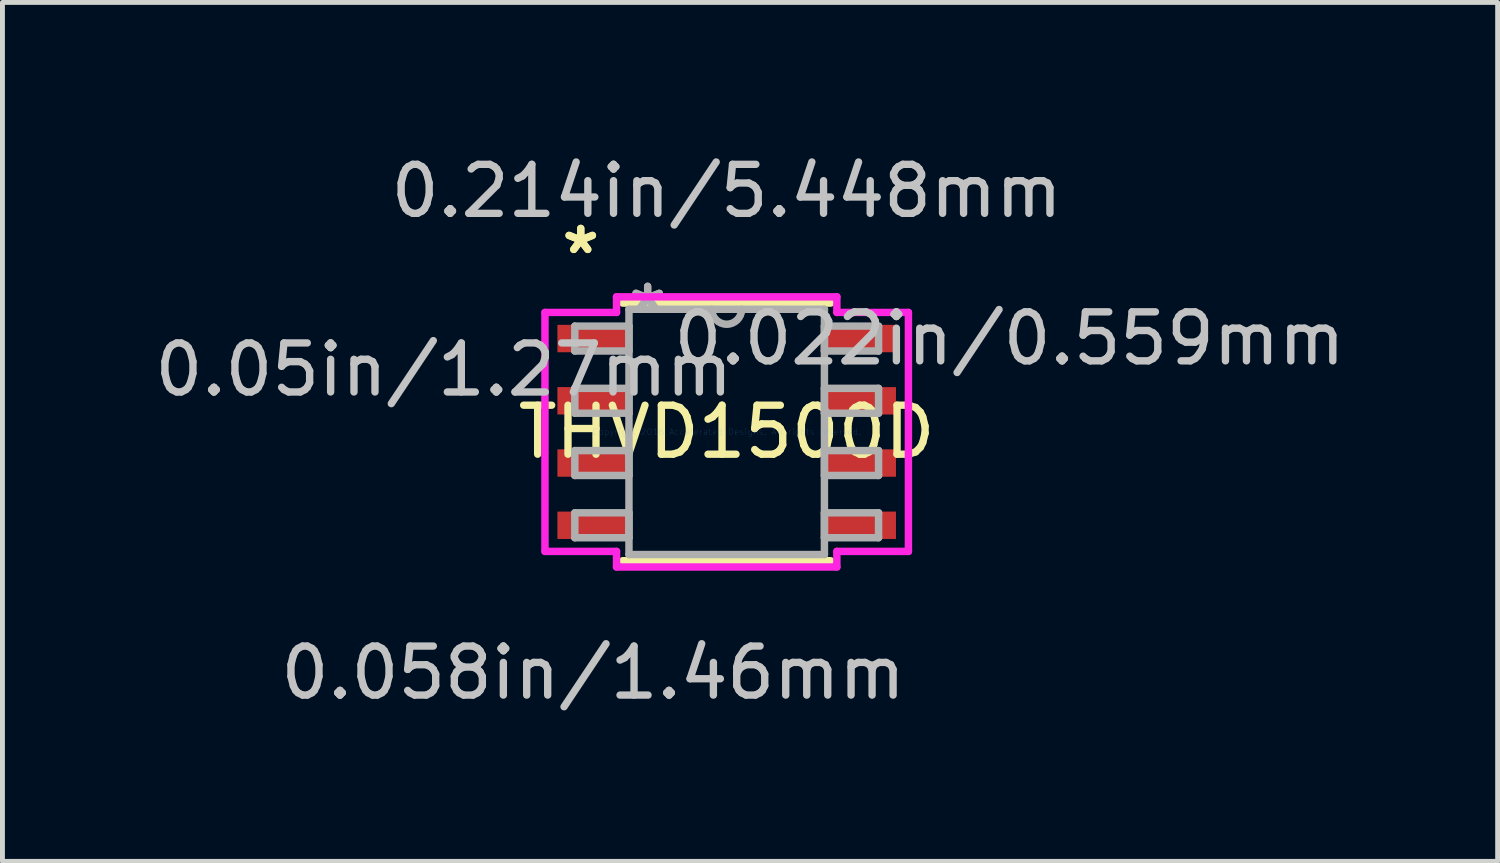
<source format=kicad_pcb>
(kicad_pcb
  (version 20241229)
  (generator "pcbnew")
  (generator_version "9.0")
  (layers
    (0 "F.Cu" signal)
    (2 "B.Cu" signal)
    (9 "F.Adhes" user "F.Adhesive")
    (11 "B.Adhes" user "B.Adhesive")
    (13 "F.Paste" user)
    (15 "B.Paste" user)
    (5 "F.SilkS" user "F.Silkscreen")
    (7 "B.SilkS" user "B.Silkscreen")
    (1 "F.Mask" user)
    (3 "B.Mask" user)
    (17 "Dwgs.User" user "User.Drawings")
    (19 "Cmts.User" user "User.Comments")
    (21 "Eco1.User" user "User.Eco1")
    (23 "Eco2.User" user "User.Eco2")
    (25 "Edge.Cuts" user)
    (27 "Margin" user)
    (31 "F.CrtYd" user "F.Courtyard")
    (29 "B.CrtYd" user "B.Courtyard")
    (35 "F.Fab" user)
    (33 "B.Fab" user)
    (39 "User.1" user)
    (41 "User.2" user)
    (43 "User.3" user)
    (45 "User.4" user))
  (footprint "THVD1500D"
    (layer "F.Cu")
    (at 11.778 5.763)
    (property "Reference" "THVD1500D" (at 0 0 0) (layer "F.SilkS") (effects (font (size 1 1) (thickness 0.15))))
    (attr through_hole)
    (fp_line (start -2.121 2.629) (end 2.121 2.629) (stroke (width 0.152) (type solid)) (layer "F.SilkS"))
    (fp_line (start 2.121 -2.629) (end -2.121 -2.629) (stroke (width 0.152) (type solid)) (layer "F.SilkS"))
    (fp_line (start -3.708 -2.438) (end -2.248 -2.438) (stroke (width 0.152) (type solid)) (layer "F.CrtYd"))
    (fp_line (start -3.708 2.438) (end -3.708 -2.438) (stroke (width 0.152) (type solid)) (layer "F.CrtYd"))
    (fp_line (start -2.248 -2.756) (end 2.248 -2.756) (stroke (width 0.152) (type solid)) (layer "F.CrtYd"))
    (fp_line (start -2.248 -2.438) (end -2.248 -2.756) (stroke (width 0.152) (type solid)) (layer "F.CrtYd"))
    (fp_line (start -2.248 2.438) (end -3.708 2.438) (stroke (width 0.152) (type solid)) (layer "F.CrtYd"))
    (fp_line (start -2.248 2.756) (end -2.248 2.438) (stroke (width 0.152) (type solid)) (layer "F.CrtYd"))
    (fp_line (start 2.248 -2.756) (end 2.248 -2.438) (stroke (width 0.152) (type solid)) (layer "F.CrtYd"))
    (fp_line (start 2.248 -2.438) (end 3.708 -2.438) (stroke (width 0.152) (type solid)) (layer "F.CrtYd"))
    (fp_line (start 2.248 2.438) (end 2.248 2.756) (stroke (width 0.152) (type solid)) (layer "F.CrtYd"))
    (fp_line (start 2.248 2.756) (end -2.248 2.756) (stroke (width 0.152) (type solid)) (layer "F.CrtYd"))
    (fp_line (start 3.708 -2.438) (end 3.708 2.438) (stroke (width 0.152) (type solid)) (layer "F.CrtYd"))
    (fp_line (start 3.708 2.438) (end 2.248 2.438) (stroke (width 0.152) (type solid)) (layer "F.CrtYd"))
    (fp_line (start -3.099 -2.159) (end -3.099 -1.651) (stroke (width 0.152) (type solid)) (layer "F.Fab"))
    (fp_line (start -3.099 -1.651) (end -1.994 -1.651) (stroke (width 0.152) (type solid)) (layer "F.Fab"))
    (fp_line (start -3.099 -0.889) (end -3.099 -0.381) (stroke (width 0.152) (type solid)) (layer "F.Fab"))
    (fp_line (start -3.099 -0.381) (end -1.994 -0.381) (stroke (width 0.152) (type solid)) (layer "F.Fab"))
    (fp_line (start -3.099 0.381) (end -3.099 0.889) (stroke (width 0.152) (type solid)) (layer "F.Fab"))
    (fp_line (start -3.099 0.889) (end -1.994 0.889) (stroke (width 0.152) (type solid)) (layer "F.Fab"))
    (fp_line (start -3.099 1.651) (end -3.099 2.159) (stroke (width 0.152) (type solid)) (layer "F.Fab"))
    (fp_line (start -3.099 2.159) (end -1.994 2.159) (stroke (width 0.152) (type solid)) (layer "F.Fab"))
    (fp_line (start -1.994 -2.502) (end -1.994 2.502) (stroke (width 0.152) (type solid)) (layer "F.Fab"))
    (fp_line (start -1.994 -2.159) (end -3.099 -2.159) (stroke (width 0.152) (type solid)) (layer "F.Fab"))
    (fp_line (start -1.994 -1.651) (end -1.994 -2.159) (stroke (width 0.152) (type solid)) (layer "F.Fab"))
    (fp_line (start -1.994 -0.889) (end -3.099 -0.889) (stroke (width 0.152) (type solid)) (layer "F.Fab"))
    (fp_line (start -1.994 -0.381) (end -1.994 -0.889) (stroke (width 0.152) (type solid)) (layer "F.Fab"))
    (fp_line (start -1.994 0.381) (end -3.099 0.381) (stroke (width 0.152) (type solid)) (layer "F.Fab"))
    (fp_line (start -1.994 0.889) (end -1.994 0.381) (stroke (width 0.152) (type solid)) (layer "F.Fab"))
    (fp_line (start -1.994 1.651) (end -3.099 1.651) (stroke (width 0.152) (type solid)) (layer "F.Fab"))
    (fp_line (start -1.994 2.159) (end -1.994 1.651) (stroke (width 0.152) (type solid)) (layer "F.Fab"))
    (fp_line (start -1.994 2.502) (end 1.994 2.502) (stroke (width 0.152) (type solid)) (layer "F.Fab"))
    (fp_line (start 1.994 -2.502) (end -1.994 -2.502) (stroke (width 0.152) (type solid)) (layer "F.Fab"))
    (fp_line (start 1.994 -2.159) (end 1.994 -1.651) (stroke (width 0.152) (type solid)) (layer "F.Fab"))
    (fp_line (start 1.994 -1.651) (end 3.099 -1.651) (stroke (width 0.152) (type solid)) (layer "F.Fab"))
    (fp_line (start 1.994 -0.889) (end 1.994 -0.381) (stroke (width 0.152) (type solid)) (layer "F.Fab"))
    (fp_line (start 1.994 -0.381) (end 3.099 -0.381) (stroke (width 0.152) (type solid)) (layer "F.Fab"))
    (fp_line (start 1.994 0.381) (end 1.994 0.889) (stroke (width 0.152) (type solid)) (layer "F.Fab"))
    (fp_line (start 1.994 0.889) (end 3.099 0.889) (stroke (width 0.152) (type solid)) (layer "F.Fab"))
    (fp_line (start 1.994 1.651) (end 1.994 2.159) (stroke (width 0.152) (type solid)) (layer "F.Fab"))
    (fp_line (start 1.994 2.159) (end 3.099 2.159) (stroke (width 0.152) (type solid)) (layer "F.Fab"))
    (fp_line (start 1.994 2.502) (end 1.994 -2.502) (stroke (width 0.152) (type solid)) (layer "F.Fab"))
    (fp_line (start 3.099 -2.159) (end 1.994 -2.159) (stroke (width 0.152) (type solid)) (layer "F.Fab"))
    (fp_line (start 3.099 -1.651) (end 3.099 -2.159) (stroke (width 0.152) (type solid)) (layer "F.Fab"))
    (fp_line (start 3.099 -0.889) (end 1.994 -0.889) (stroke (width 0.152) (type solid)) (layer "F.Fab"))
    (fp_line (start 3.099 -0.381) (end 3.099 -0.889) (stroke (width 0.152) (type solid)) (layer "F.Fab"))
    (fp_line (start 3.099 0.381) (end 1.994 0.381) (stroke (width 0.152) (type solid)) (layer "F.Fab"))
    (fp_line (start 3.099 0.889) (end 3.099 0.381) (stroke (width 0.152) (type solid)) (layer "F.Fab"))
    (fp_line (start 3.099 1.651) (end 1.994 1.651) (stroke (width 0.152) (type solid)) (layer "F.Fab"))
    (fp_line (start 3.099 2.159) (end 3.099 1.651) (stroke (width 0.152) (type solid)) (layer "F.Fab"))
    (fp_arc (start 0.3048 -2.5019) (mid 0 -2.1971) (end -0.3048 -2.5019) (stroke (width 0.1524) (type solid)) (layer "F.Fab"))
    (fp_text user "*" (at -2.978 -3.607 0) (layer "F.SilkS") (effects (font (size 1 1) (thickness 0.15))))
    (fp_text user "*" (at -2.978 -3.607 0) (layer "F.SilkS") (effects (font (size 1 1) (thickness 0.15))))
    (fp_text user "0.058in/1.46mm" (at -2.724 4.915 0) (layer "Dwgs.User") (effects (font (size 1 1) (thickness 0.15))))
    (fp_text user "0.214in/5.448mm" (at 0 -4.915 0) (layer "Dwgs.User") (effects (font (size 1 1) (thickness 0.15))))
    (fp_text user "0.022in/0.559mm" (at 5.772 -1.905 0) (layer "Dwgs.User") (effects (font (size 1 1) (thickness 0.15))))
    (fp_text user "0.05in/1.27mm" (at -5.772 -1.27 0) (layer "Dwgs.User") (effects (font (size 1 1) (thickness 0.15))))
    (fp_text user "Copyright 2016 Accelerated Designs. All rights reserved." (at 0 0 0) (layer "Cmts.User") (effects (font (size 0.127 0.127) (thickness 0.002))))
    (fp_text user "*" (at -1.613 -2.426 0) (layer "F.Fab") (effects (font (size 1 1) (thickness 0.15))))
    (fp_text user "*" (at -1.613 -2.426 0) (layer "F.Fab") (effects (font (size 1 1) (thickness 0.15))))
    (pad "1" smd rect (at -2.724 -1.905) (size 1.46 0.559) (layers "F.Cu" "F.Mask" "F.Paste"))
    (pad "2" smd rect (at -2.724 -0.635) (size 1.46 0.559) (layers "F.Cu" "F.Mask" "F.Paste"))
    (pad "3" smd rect (at -2.724 0.635) (size 1.46 0.559) (layers "F.Cu" "F.Mask" "F.Paste"))
    (pad "4" smd rect (at -2.724 1.905) (size 1.46 0.559) (layers "F.Cu" "F.Mask" "F.Paste"))
    (pad "5" smd rect (at 2.724 1.905) (size 1.46 0.559) (layers "F.Cu" "F.Mask" "F.Paste"))
    (pad "6" smd rect (at 2.724 0.635) (size 1.46 0.559) (layers "F.Cu" "F.Mask" "F.Paste"))
    (pad "7" smd rect (at 2.724 -0.635) (size 1.46 0.559) (layers "F.Cu" "F.Mask" "F.Paste"))
    (pad "8" smd rect (at 2.724 -1.905) (size 1.46 0.559) (layers "F.Cu" "F.Mask" "F.Paste")))
  (gr_rect
    (start -3 -3)
    (end 27.509 14.526)
    (stroke (width 0.1) (type default))
    (fill no)
    (layer "Edge.Cuts")))
</source>
